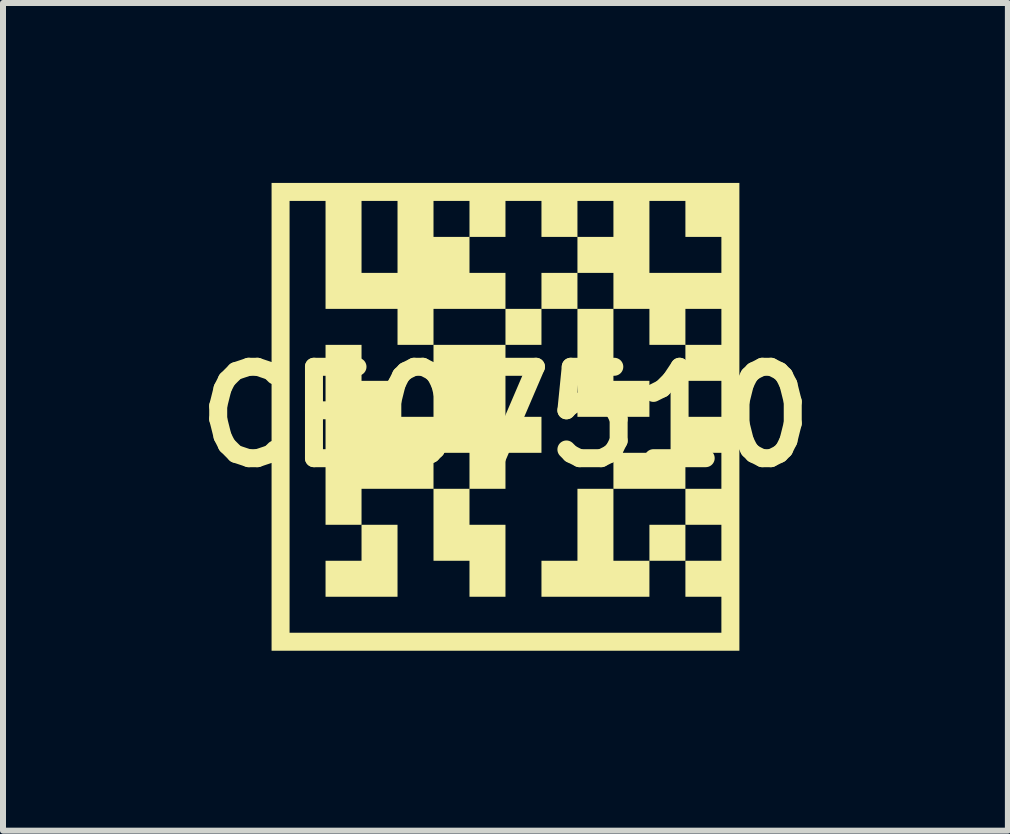
<source format=kicad_pcb>
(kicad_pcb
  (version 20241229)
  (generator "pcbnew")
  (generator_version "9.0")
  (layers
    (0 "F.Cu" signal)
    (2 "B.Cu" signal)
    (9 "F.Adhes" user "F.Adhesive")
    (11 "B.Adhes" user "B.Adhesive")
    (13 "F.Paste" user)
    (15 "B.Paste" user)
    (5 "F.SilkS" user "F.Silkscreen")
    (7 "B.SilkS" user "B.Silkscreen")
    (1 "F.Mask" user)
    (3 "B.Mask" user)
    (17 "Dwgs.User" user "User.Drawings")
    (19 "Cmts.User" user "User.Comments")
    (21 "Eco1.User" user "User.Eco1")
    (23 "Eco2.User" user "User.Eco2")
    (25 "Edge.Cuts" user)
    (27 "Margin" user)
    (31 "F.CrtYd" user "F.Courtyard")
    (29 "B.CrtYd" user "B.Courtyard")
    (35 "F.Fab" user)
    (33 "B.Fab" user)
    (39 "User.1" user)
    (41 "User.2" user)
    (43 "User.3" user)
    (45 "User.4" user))
  (footprint "CE07510"
    (layer "F.Cu")
    (at 5.378 3.9)
    (property "Reference" "CE07510" (at 0 0 0) (layer "F.SilkS") (effects (font (size 1.524 1.524) (thickness 0.3))))
    (attr board_only exclude_from_pos_files exclude_from_bom)
    (fp_poly (pts (xy 0.6 -1.2) (xy 0 -1.2) (xy 0 -1.8) (xy 0.6 -1.8)) (stroke (width 0) (type solid)) (fill yes) (layer "F.SilkS"))
    (fp_poly (pts (xy 1.2 -1.8) (xy 0.6 -1.8) (xy 0.6 -2.4) (xy 1.2 -2.4)) (stroke (width 0) (type solid)) (fill yes) (layer "F.SilkS"))
    (fp_poly (pts (xy 3 1.2) (xy 1.8 1.2) (xy 1.8 0.6) (xy 3 0.6)) (stroke (width 0) (type solid)) (fill yes) (layer "F.SilkS"))
    (fp_poly (pts (xy 3 2.4) (xy 2.4 2.4) (xy 2.4 1.8) (xy 3 1.8)) (stroke (width 0) (type solid)) (fill yes) (layer "F.SilkS"))
    (fp_poly (pts (xy -1.8 3) (xy -3 3) (xy -3 2.4) (xy -2.4 2.4) (xy -2.4 1.8) (xy -1.8 1.8)) (stroke (width 0) (type solid)) (fill yes) (layer "F.SilkS"))
    (fp_poly (pts (xy 1.8 -0.6) (xy 2.4 -0.6) (xy 2.4 0) (xy 1.2 0) (xy 1.2 -1.8) (xy 1.8 -1.8)) (stroke (width 0) (type solid)) (fill yes) (layer "F.SilkS"))
    (fp_poly (pts (xy 1.8 2.4) (xy 2.4 2.4) (xy 2.4 3) (xy 0.6 3) (xy 0.6 2.4) (xy 1.2 2.4) (xy 1.2 1.2) (xy 1.8 1.2)) (stroke (width 0) (type solid)) (fill yes) (layer "F.SilkS"))
    (fp_poly (pts (xy -2.4 -0.6) (xy -1.8 -0.6) (xy -1.8 0) (xy -1.2 0) (xy -1.2 -1.2) (xy 0 -1.2) (xy 0 0) (xy 0.6 0) (xy 0.6 0.6) (xy 0 0.6) (xy 0 1.2) (xy -0.6 1.2) (xy -0.6 1.8) (xy 0 1.8) (xy 0 3) (xy -0.6 3) (xy -0.6 2.4) (xy -1.2 2.4) (xy -1.2 1.2) (xy -0.6 1.2) (xy -0.6 0.6) (xy -1.2 0.6) (xy -1.2 1.2) (xy -2.4 1.2) (xy -2.4 1.8) (xy -3 1.8) (xy -3 -1.2) (xy -2.4 -1.2)) (stroke (width 0) (type solid)) (fill yes) (layer "F.SilkS"))
    (fp_poly (pts (xy 3.9 3.9) (xy -3.9 3.9) (xy -3.9 3.6) (xy -3.6 3.6) (xy 3.6 3.6) (xy 3.6 3) (xy 3 3) (xy 3 2.4) (xy 3.6 2.4) (xy 3.6 1.8) (xy 3 1.8) (xy 3 1.2) (xy 3.6 1.2) (xy 3.6 0.6) (xy 3 0.6) (xy 3 0) (xy 3.6 0) (xy 3.6 -0.6) (xy 3 -0.6) (xy 3 -1.2) (xy 3.6 -1.2) (xy 3.6 -1.8) (xy 3 -1.8) (xy 3 -1.2) (xy 2.4 -1.2) (xy 2.4 -1.8) (xy 1.8 -1.8) (xy 1.8 -2.4) (xy 2.4 -2.4) (xy 3.6 -2.4) (xy 3.6 -3) (xy 3 -3) (xy 3 -3.6) (xy 2.4 -3.6) (xy 2.4 -2.4) (xy 1.8 -2.4) (xy 1.2 -2.4) (xy 1.2 -3) (xy 1.8 -3) (xy 1.8 -3.6) (xy 1.2 -3.6) (xy 1.2 -3) (xy 0.6 -3) (xy 0.6 -3.6) (xy 0 -3.6) (xy 0 -3) (xy -0.6 -3) (xy -0.6 -2.4) (xy 0 -2.4) (xy 0 -1.8) (xy -1.2 -1.8) (xy -1.2 -1.2) (xy -1.8 -1.2) (xy -1.8 -1.8) (xy -3 -1.8) (xy -3 -2.4) (xy -2.4 -2.4) (xy -1.8 -2.4) (xy -1.8 -3) (xy -1.2 -3) (xy -0.6 -3) (xy -0.6 -3.6) (xy -1.2 -3.6) (xy -1.2 -3) (xy -1.8 -3) (xy -1.8 -3.6) (xy -2.4 -3.6) (xy -2.4 -2.4) (xy -3 -2.4) (xy -3 -3.6) (xy -3.6 -3.6) (xy -3.6 3.6) (xy -3.9 3.6) (xy -3.9 -3.9) (xy 3.9 -3.9)) (stroke (width 0) (type solid)) (fill yes) (layer "F.SilkS")))
  (gr_rect
    (start -3 -3)
    (end 13.755 10.8)
    (stroke (width 0.1) (type default))
    (fill no)
    (layer "Edge.Cuts")))
</source>
